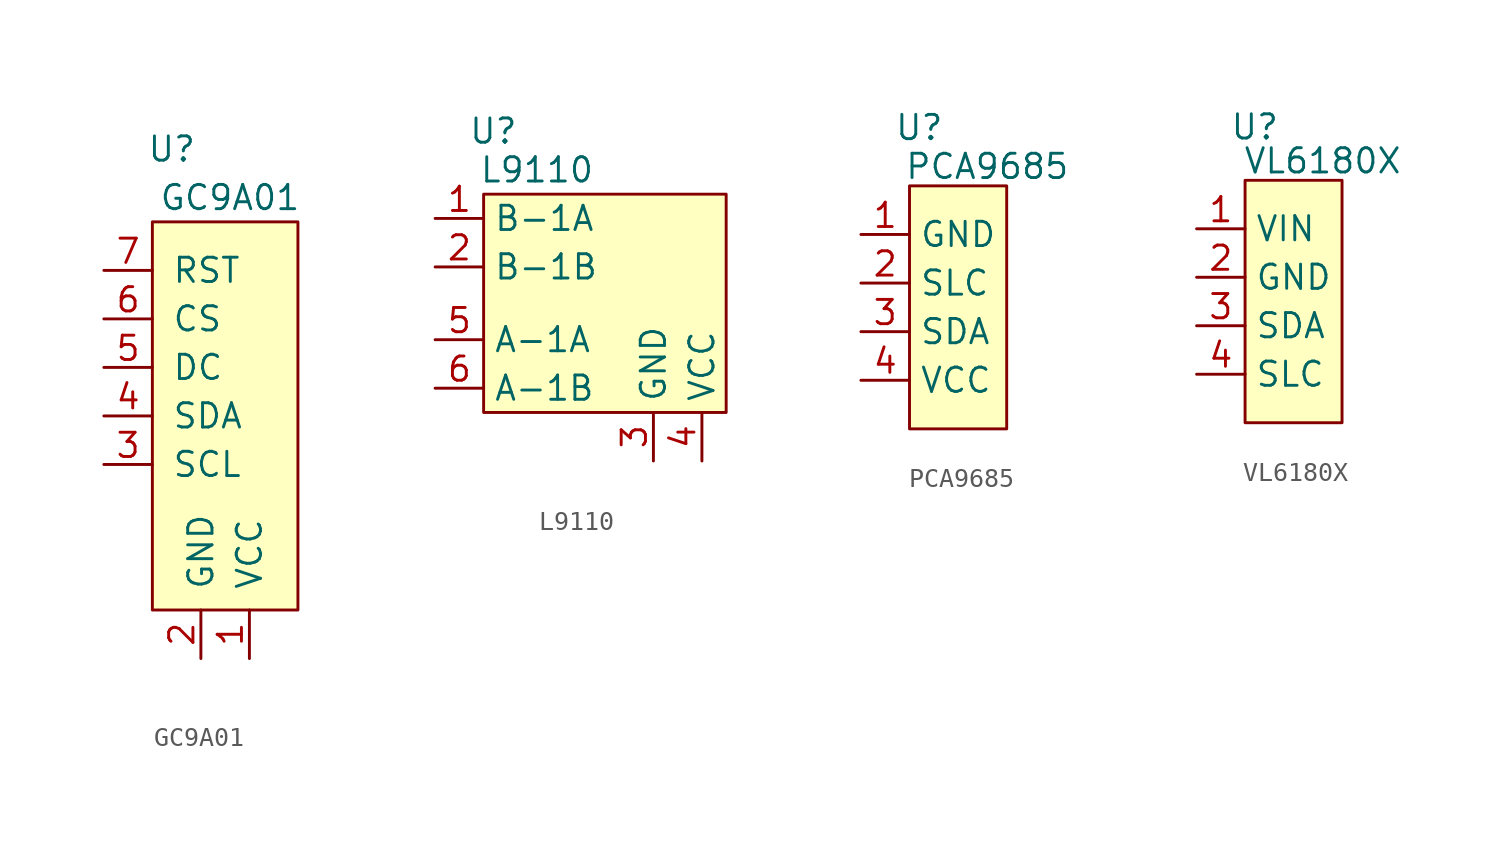
<source format=kicad_sym>
(kicad_symbol_lib
  (version 20231120)
  (generator "kicad_symbol_editor")
  (generator_version "8.0")
  (symbol "GC9A01"
    (pin_names
      (offset 1.016))
    (property "Reference" "U"
      (at -2.794 13.97 0)
      (effects (font (size 1.27 1.27))))
    (property "Value" "GC9A01"
      (at 0.254 11.43 0)
      (effects (font (size 1.27 1.27))))
    (symbol "GC9A01_1_1"
      (rectangle (start -3.81 10.16) (end 3.81 -10.16) (stroke (width 0) (type solid)) (fill (type background)))
      (pin input line (at 1.27 -12.7 90) (length 2.54) (name "VCC" (effects (font (size 1.27 1.27)))) (number "1" (effects (font (size 1.27 1.27)))))
      (pin input line (at -1.27 -12.7 90) (length 2.54) (name "GND" (effects (font (size 1.27 1.27)))) (number "2" (effects (font (size 1.27 1.27)))))
      (pin input line (at -6.35 -2.54 0) (length 2.54) (name "SCL" (effects (font (size 1.27 1.27)))) (number "3" (effects (font (size 1.27 1.27)))))
      (pin input line (at -6.35 0 0) (length 2.54) (name "SDA" (effects (font (size 1.27 1.27)))) (number "4" (effects (font (size 1.27 1.27)))))
      (pin input line (at -6.35 2.54 0) (length 2.54) (name "DC" (effects (font (size 1.27 1.27)))) (number "5" (effects (font (size 1.27 1.27)))))
      (pin input line (at -6.35 5.08 0) (length 2.54) (name "CS" (effects (font (size 1.27 1.27)))) (number "6" (effects (font (size 1.27 1.27)))))
      (pin input line (at -6.35 7.62 0) (length 2.54) (name "RST" (effects (font (size 1.27 1.27)))) (number "7" (effects (font (size 1.27 1.27)))))))
  (symbol "L9110"
    (property "Reference" "U"
      (at -0.762 4.572 0)
      (effects (font (size 1.27 1.27))))
    (property "Value" "L9110"
      (at 1.524 2.54 0)
      (effects (font (size 1.27 1.27))))
    (symbol "L9110_1_1"
      (rectangle (start -1.27 1.27) (end 11.43 -10.16) (stroke (width 0) (type default)) (fill (type background)))
      (pin input line (at -3.81 0 0) (length 2.54) (name "B-1A" (effects (font (size 1.27 1.27)))) (number "1" (effects (font (size 1.27 1.27)))))
      (pin input line (at -3.81 -2.54 0) (length 2.54) (name "B-1B" (effects (font (size 1.27 1.27)))) (number "2" (effects (font (size 1.27 1.27)))))
      (pin input line (at 7.62 -12.7 90) (length 2.54) (name "GND" (effects (font (size 1.27 1.27)))) (number "3" (effects (font (size 1.27 1.27)))))
      (pin input line (at 10.16 -12.7 90) (length 2.54) (name "VCC" (effects (font (size 1.27 1.27)))) (number "4" (effects (font (size 1.27 1.27)))))
      (pin input line (at -3.81 -6.35 0) (length 2.54) (name "A-1A" (effects (font (size 1.27 1.27)))) (number "5" (effects (font (size 1.27 1.27)))))
      (pin input line (at -3.81 -8.89 0) (length 2.54) (name "A-1B" (effects (font (size 1.27 1.27)))) (number "6" (effects (font (size 1.27 1.27)))))))
  (symbol "PCA9685"
    (property "Reference" "U"
      (at -0.762 9.398 0)
      (effects (font (size 1.27 1.27))))
    (property "Value" "PCA9685"
      (at 2.794 7.366 0)
      (effects (font (size 1.27 1.27))))
    (symbol "PCA9685_1_1"
      (rectangle (start -1.27 6.35) (end 3.81 -6.35) (stroke (width 0) (type default)) (fill (type background)))
      (pin input line (at -3.81 3.81 0) (length 2.54) (name "GND" (effects (font (size 1.27 1.27)))) (number "1" (effects (font (size 1.27 1.27)))))
      (pin input line (at -3.81 1.27 0) (length 2.54) (name "SLC" (effects (font (size 1.27 1.27)))) (number "2" (effects (font (size 1.27 1.27)))))
      (pin input line (at -3.81 -1.27 0) (length 2.54) (name "SDA" (effects (font (size 1.27 1.27)))) (number "3" (effects (font (size 1.27 1.27)))))
      (pin input line (at -3.81 -3.81 0) (length 2.54) (name "VCC" (effects (font (size 1.27 1.27)))) (number "4" (effects (font (size 1.27 1.27)))))))
  (symbol "VL6180X"
    (property "Reference" "U"
      (at -0.762 9.144 0)
      (effects (font (size 1.27 1.27))))
    (property "Value" "VL6180X"
      (at 2.794 7.366 0)
      (effects (font (size 1.27 1.27))))
    (symbol "VL6180X_1_1"
      (rectangle (start -1.27 6.35) (end 3.81 -6.35) (stroke (width 0) (type default)) (fill (type background)))
      (pin input line (at -3.81 3.81 0) (length 2.54) (name "VIN" (effects (font (size 1.27 1.27)))) (number "1" (effects (font (size 1.27 1.27)))))
      (pin input line (at -3.81 1.27 0) (length 2.54) (name "GND" (effects (font (size 1.27 1.27)))) (number "2" (effects (font (size 1.27 1.27)))))
      (pin input line (at -3.81 -1.27 0) (length 2.54) (name "SDA" (effects (font (size 1.27 1.27)))) (number "3" (effects (font (size 1.27 1.27)))))
      (pin input line (at -3.81 -3.81 0) (length 2.54) (name "SLC" (effects (font (size 1.27 1.27)))) (number "4" (effects (font (size 1.27 1.27))))))))
</source>
